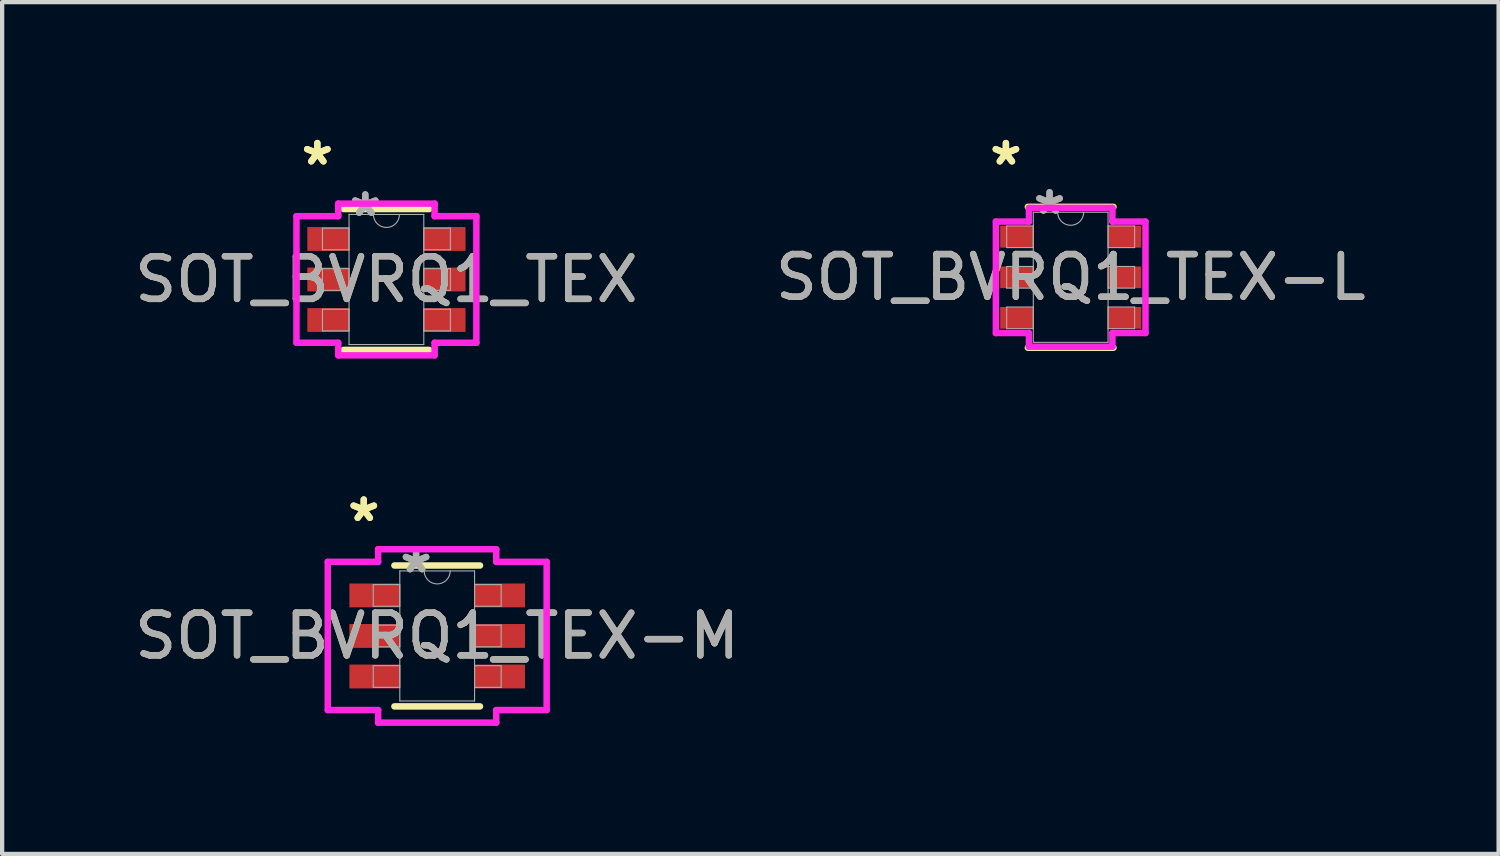
<source format=kicad_pcb>
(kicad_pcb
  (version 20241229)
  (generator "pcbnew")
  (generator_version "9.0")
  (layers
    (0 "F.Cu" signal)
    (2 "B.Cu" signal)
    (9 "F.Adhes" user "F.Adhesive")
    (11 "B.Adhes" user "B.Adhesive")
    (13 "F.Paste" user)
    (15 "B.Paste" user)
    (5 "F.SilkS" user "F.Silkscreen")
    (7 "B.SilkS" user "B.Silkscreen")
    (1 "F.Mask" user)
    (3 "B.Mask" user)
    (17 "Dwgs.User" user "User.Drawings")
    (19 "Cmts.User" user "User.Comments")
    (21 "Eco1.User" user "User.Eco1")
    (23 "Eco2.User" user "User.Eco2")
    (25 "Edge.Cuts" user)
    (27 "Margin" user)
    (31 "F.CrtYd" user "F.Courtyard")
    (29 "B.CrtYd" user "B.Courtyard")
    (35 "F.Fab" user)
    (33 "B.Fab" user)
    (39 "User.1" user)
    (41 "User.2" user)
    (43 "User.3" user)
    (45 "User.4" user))
  (footprint "SOT_BVRQ1_TEX-M"
    (layer "F.Cu")
    (at 7.196 11.854)
    (property "Reference" "SOT_BVRQ1_TEX-M" (at 0 0 0) (unlocked yes) (layer "F.SilkS") (effects (font (size 1 1) (thickness 0.15))))
    (attr smd)
    (fp_line (start -1.003 1.651) (end 1.003 1.651) (stroke (width 0.152) (type solid)) (layer "F.SilkS"))
    (fp_line (start 1.003 -1.651) (end -1.003 -1.651) (stroke (width 0.152) (type solid)) (layer "F.SilkS"))
    (fp_line (start -2.565 -1.737) (end -1.384 -1.737) (stroke (width 0.152) (type solid)) (layer "F.CrtYd"))
    (fp_line (start -2.565 1.737) (end -2.565 -1.737) (stroke (width 0.152) (type solid)) (layer "F.CrtYd"))
    (fp_line (start -2.565 1.737) (end -1.384 1.737) (stroke (width 0.152) (type solid)) (layer "F.CrtYd"))
    (fp_line (start -1.384 -2.032) (end 1.384 -2.032) (stroke (width 0.152) (type solid)) (layer "F.CrtYd"))
    (fp_line (start -1.384 -1.737) (end -1.384 -2.032) (stroke (width 0.152) (type solid)) (layer "F.CrtYd"))
    (fp_line (start -1.384 2.032) (end -1.384 1.737) (stroke (width 0.152) (type solid)) (layer "F.CrtYd"))
    (fp_line (start 1.384 -2.032) (end 1.384 -1.737) (stroke (width 0.152) (type solid)) (layer "F.CrtYd"))
    (fp_line (start 1.384 1.737) (end 1.384 2.032) (stroke (width 0.152) (type solid)) (layer "F.CrtYd"))
    (fp_line (start 1.384 2.032) (end -1.384 2.032) (stroke (width 0.152) (type solid)) (layer "F.CrtYd"))
    (fp_line (start 2.565 -1.737) (end 1.384 -1.737) (stroke (width 0.152) (type solid)) (layer "F.CrtYd"))
    (fp_line (start 2.565 -1.737) (end 2.565 1.737) (stroke (width 0.152) (type solid)) (layer "F.CrtYd"))
    (fp_line (start 2.565 1.737) (end 1.384 1.737) (stroke (width 0.152) (type solid)) (layer "F.CrtYd"))
    (fp_line (start -1.499 -1.204) (end -1.499 -0.696) (stroke (width 0.025) (type solid)) (layer "F.Fab"))
    (fp_line (start -1.499 -0.696) (end -0.876 -0.696) (stroke (width 0.025) (type solid)) (layer "F.Fab"))
    (fp_line (start -1.499 -0.254) (end -1.499 0.254) (stroke (width 0.025) (type solid)) (layer "F.Fab"))
    (fp_line (start -1.499 0.254) (end -0.876 0.254) (stroke (width 0.025) (type solid)) (layer "F.Fab"))
    (fp_line (start -1.499 0.696) (end -1.499 1.204) (stroke (width 0.025) (type solid)) (layer "F.Fab"))
    (fp_line (start -1.499 1.204) (end -0.876 1.204) (stroke (width 0.025) (type solid)) (layer "F.Fab"))
    (fp_line (start -0.876 -1.524) (end -0.876 1.524) (stroke (width 0.025) (type solid)) (layer "F.Fab"))
    (fp_line (start -0.876 -1.204) (end -1.499 -1.204) (stroke (width 0.025) (type solid)) (layer "F.Fab"))
    (fp_line (start -0.876 -0.696) (end -0.876 -1.204) (stroke (width 0.025) (type solid)) (layer "F.Fab"))
    (fp_line (start -0.876 -0.254) (end -1.499 -0.254) (stroke (width 0.025) (type solid)) (layer "F.Fab"))
    (fp_line (start -0.876 0.254) (end -0.876 -0.254) (stroke (width 0.025) (type solid)) (layer "F.Fab"))
    (fp_line (start -0.876 0.696) (end -1.499 0.696) (stroke (width 0.025) (type solid)) (layer "F.Fab"))
    (fp_line (start -0.876 1.204) (end -0.876 0.696) (stroke (width 0.025) (type solid)) (layer "F.Fab"))
    (fp_line (start -0.876 1.524) (end 0.876 1.524) (stroke (width 0.025) (type solid)) (layer "F.Fab"))
    (fp_line (start 0.876 -1.524) (end -0.876 -1.524) (stroke (width 0.025) (type solid)) (layer "F.Fab"))
    (fp_line (start 0.876 -1.204) (end 0.876 -0.696) (stroke (width 0.025) (type solid)) (layer "F.Fab"))
    (fp_line (start 0.876 -0.696) (end 1.499 -0.696) (stroke (width 0.025) (type solid)) (layer "F.Fab"))
    (fp_line (start 0.876 -0.254) (end 0.876 0.254) (stroke (width 0.025) (type solid)) (layer "F.Fab"))
    (fp_line (start 0.876 0.254) (end 1.499 0.254) (stroke (width 0.025) (type solid)) (layer "F.Fab"))
    (fp_line (start 0.876 0.696) (end 0.876 1.204) (stroke (width 0.025) (type solid)) (layer "F.Fab"))
    (fp_line (start 0.876 1.204) (end 1.499 1.204) (stroke (width 0.025) (type solid)) (layer "F.Fab"))
    (fp_line (start 0.876 1.524) (end 0.876 -1.524) (stroke (width 0.025) (type solid)) (layer "F.Fab"))
    (fp_line (start 1.499 -1.204) (end 0.876 -1.204) (stroke (width 0.025) (type solid)) (layer "F.Fab"))
    (fp_line (start 1.499 -0.696) (end 1.499 -1.204) (stroke (width 0.025) (type solid)) (layer "F.Fab"))
    (fp_line (start 1.499 -0.254) (end 0.876 -0.254) (stroke (width 0.025) (type solid)) (layer "F.Fab"))
    (fp_line (start 1.499 0.254) (end 1.499 -0.254) (stroke (width 0.025) (type solid)) (layer "F.Fab"))
    (fp_line (start 1.499 0.696) (end 0.876 0.696) (stroke (width 0.025) (type solid)) (layer "F.Fab"))
    (fp_line (start 1.499 1.204) (end 1.499 0.696) (stroke (width 0.025) (type solid)) (layer "F.Fab"))
    (fp_arc (start 0.3048 -1.524) (mid 0 -1.2192) (end -0.3048 -1.524) (stroke (width 0.0254) (type solid)) (layer "F.Fab"))
    (fp_text user "*" (at -1.721 -2.652 0) (unlocked yes) (layer "F.SilkS") (effects (font (size 1 1) (thickness 0.15))))
    (fp_text user "*" (at -1.721 -2.652 0) (layer "F.SilkS") (effects (font (size 1 1) (thickness 0.15))))
    (fp_text user "${REFERENCE}" (at 0 0 0) (unlocked yes) (layer "F.Fab") (effects (font (size 1 1) (thickness 0.15))))
    (fp_text user "*" (at -0.495 -1.448 0) (layer "F.Fab") (effects (font (size 1 1) (thickness 0.15))))
    (fp_text user "*" (at -0.495 -1.448 0) (unlocked yes) (layer "F.Fab") (effects (font (size 1 1) (thickness 0.15))))
    (pad "1" smd rect (at -1.467 -0.95) (size 1.181 0.559) (layers "F.Cu" "F.Mask" "F.Paste"))
    (pad "2" smd rect (at -1.467 0) (size 1.181 0.559) (layers "F.Cu" "F.Mask" "F.Paste"))
    (pad "3" smd rect (at -1.467 0.95) (size 1.181 0.559) (layers "F.Cu" "F.Mask" "F.Paste"))
    (pad "4" smd rect (at 1.467 0.95) (size 1.181 0.559) (layers "F.Cu" "F.Mask" "F.Paste"))
    (pad "5" smd rect (at 1.467 0) (size 1.181 0.559) (layers "F.Cu" "F.Mask" "F.Paste"))
    (pad "6" smd rect (at 1.467 -0.95) (size 1.181 0.559) (layers "F.Cu" "F.Mask" "F.Paste")))
  (footprint "SOT_BVRQ1_TEX-L"
    (layer "F.Cu")
    (at 22.042 3.449)
    (property "Reference" "SOT_BVRQ1_TEX-L" (at 0 0 0) (unlocked yes) (layer "F.SilkS") (effects (font (size 1 1) (thickness 0.15))))
    (attr smd)
    (fp_line (start -1.003 1.651) (end 1.003 1.651) (stroke (width 0.152) (type solid)) (layer "F.SilkS"))
    (fp_line (start 1.003 -1.651) (end -1.003 -1.651) (stroke (width 0.152) (type solid)) (layer "F.SilkS"))
    (fp_line (start -1.753 -1.306) (end -0.978 -1.306) (stroke (width 0.152) (type solid)) (layer "F.CrtYd"))
    (fp_line (start -1.753 1.306) (end -1.753 -1.306) (stroke (width 0.152) (type solid)) (layer "F.CrtYd"))
    (fp_line (start -1.753 1.306) (end -0.978 1.306) (stroke (width 0.152) (type solid)) (layer "F.CrtYd"))
    (fp_line (start -0.978 -1.626) (end 0.978 -1.626) (stroke (width 0.152) (type solid)) (layer "F.CrtYd"))
    (fp_line (start -0.978 -1.306) (end -0.978 -1.626) (stroke (width 0.152) (type solid)) (layer "F.CrtYd"))
    (fp_line (start -0.978 1.626) (end -0.978 1.306) (stroke (width 0.152) (type solid)) (layer "F.CrtYd"))
    (fp_line (start 0.978 -1.626) (end 0.978 -1.306) (stroke (width 0.152) (type solid)) (layer "F.CrtYd"))
    (fp_line (start 0.978 1.306) (end 0.978 1.626) (stroke (width 0.152) (type solid)) (layer "F.CrtYd"))
    (fp_line (start 0.978 1.626) (end -0.978 1.626) (stroke (width 0.152) (type solid)) (layer "F.CrtYd"))
    (fp_line (start 1.753 -1.306) (end 0.978 -1.306) (stroke (width 0.152) (type solid)) (layer "F.CrtYd"))
    (fp_line (start 1.753 -1.306) (end 1.753 1.306) (stroke (width 0.152) (type solid)) (layer "F.CrtYd"))
    (fp_line (start 1.753 1.306) (end 0.978 1.306) (stroke (width 0.152) (type solid)) (layer "F.CrtYd"))
    (fp_line (start -1.499 -1.204) (end -1.499 -0.696) (stroke (width 0.025) (type solid)) (layer "F.Fab"))
    (fp_line (start -1.499 -0.696) (end -0.876 -0.696) (stroke (width 0.025) (type solid)) (layer "F.Fab"))
    (fp_line (start -1.499 -0.254) (end -1.499 0.254) (stroke (width 0.025) (type solid)) (layer "F.Fab"))
    (fp_line (start -1.499 0.254) (end -0.876 0.254) (stroke (width 0.025) (type solid)) (layer "F.Fab"))
    (fp_line (start -1.499 0.696) (end -1.499 1.204) (stroke (width 0.025) (type solid)) (layer "F.Fab"))
    (fp_line (start -1.499 1.204) (end -0.876 1.204) (stroke (width 0.025) (type solid)) (layer "F.Fab"))
    (fp_line (start -0.876 -1.524) (end -0.876 1.524) (stroke (width 0.025) (type solid)) (layer "F.Fab"))
    (fp_line (start -0.876 -1.204) (end -1.499 -1.204) (stroke (width 0.025) (type solid)) (layer "F.Fab"))
    (fp_line (start -0.876 -0.696) (end -0.876 -1.204) (stroke (width 0.025) (type solid)) (layer "F.Fab"))
    (fp_line (start -0.876 -0.254) (end -1.499 -0.254) (stroke (width 0.025) (type solid)) (layer "F.Fab"))
    (fp_line (start -0.876 0.254) (end -0.876 -0.254) (stroke (width 0.025) (type solid)) (layer "F.Fab"))
    (fp_line (start -0.876 0.696) (end -1.499 0.696) (stroke (width 0.025) (type solid)) (layer "F.Fab"))
    (fp_line (start -0.876 1.204) (end -0.876 0.696) (stroke (width 0.025) (type solid)) (layer "F.Fab"))
    (fp_line (start -0.876 1.524) (end 0.876 1.524) (stroke (width 0.025) (type solid)) (layer "F.Fab"))
    (fp_line (start 0.876 -1.524) (end -0.876 -1.524) (stroke (width 0.025) (type solid)) (layer "F.Fab"))
    (fp_line (start 0.876 -1.204) (end 0.876 -0.696) (stroke (width 0.025) (type solid)) (layer "F.Fab"))
    (fp_line (start 0.876 -0.696) (end 1.499 -0.696) (stroke (width 0.025) (type solid)) (layer "F.Fab"))
    (fp_line (start 0.876 -0.254) (end 0.876 0.254) (stroke (width 0.025) (type solid)) (layer "F.Fab"))
    (fp_line (start 0.876 0.254) (end 1.499 0.254) (stroke (width 0.025) (type solid)) (layer "F.Fab"))
    (fp_line (start 0.876 0.696) (end 0.876 1.204) (stroke (width 0.025) (type solid)) (layer "F.Fab"))
    (fp_line (start 0.876 1.204) (end 1.499 1.204) (stroke (width 0.025) (type solid)) (layer "F.Fab"))
    (fp_line (start 0.876 1.524) (end 0.876 -1.524) (stroke (width 0.025) (type solid)) (layer "F.Fab"))
    (fp_line (start 1.499 -1.204) (end 0.876 -1.204) (stroke (width 0.025) (type solid)) (layer "F.Fab"))
    (fp_line (start 1.499 -0.696) (end 1.499 -1.204) (stroke (width 0.025) (type solid)) (layer "F.Fab"))
    (fp_line (start 1.499 -0.254) (end 0.876 -0.254) (stroke (width 0.025) (type solid)) (layer "F.Fab"))
    (fp_line (start 1.499 0.254) (end 1.499 -0.254) (stroke (width 0.025) (type solid)) (layer "F.Fab"))
    (fp_line (start 1.499 0.696) (end 0.876 0.696) (stroke (width 0.025) (type solid)) (layer "F.Fab"))
    (fp_line (start 1.499 1.204) (end 1.499 0.696) (stroke (width 0.025) (type solid)) (layer "F.Fab"))
    (fp_arc (start 0.3048 -1.524) (mid 0 -1.2192) (end -0.3048 -1.524) (stroke (width 0.0254) (type solid)) (layer "F.Fab"))
    (fp_text user "*" (at -1.518 -2.601 0) (unlocked yes) (layer "F.SilkS") (effects (font (size 1 1) (thickness 0.15))))
    (fp_text user "*" (at -1.518 -2.601 0) (layer "F.SilkS") (effects (font (size 1 1) (thickness 0.15))))
    (fp_text user "*" (at -0.495 -1.448 0) (layer "F.Fab") (effects (font (size 1 1) (thickness 0.15))))
    (fp_text user "*" (at -0.495 -1.448 0) (unlocked yes) (layer "F.Fab") (effects (font (size 1 1) (thickness 0.15))))
    (fp_text user "${REFERENCE}" (at 0 0 0) (unlocked yes) (layer "F.Fab") (effects (font (size 1 1) (thickness 0.15))))
    (pad "1" smd rect (at -1.264 -0.95) (size 0.775 0.508) (layers "F.Cu" "F.Mask" "F.Paste"))
    (pad "2" smd rect (at -1.264 0) (size 0.775 0.508) (layers "F.Cu" "F.Mask" "F.Paste"))
    (pad "3" smd rect (at -1.264 0.95) (size 0.775 0.508) (layers "F.Cu" "F.Mask" "F.Paste"))
    (pad "4" smd rect (at 1.264 0.95) (size 0.775 0.508) (layers "F.Cu" "F.Mask" "F.Paste"))
    (pad "5" smd rect (at 1.264 0) (size 0.775 0.508) (layers "F.Cu" "F.Mask" "F.Paste"))
    (pad "6" smd rect (at 1.264 -0.95) (size 0.775 0.508) (layers "F.Cu" "F.Mask" "F.Paste")))
  (footprint "SOT_BVRQ1_TEX"
    (layer "F.Cu")
    (at 6.006 3.5)
    (property "Reference" "SOT_BVRQ1_TEX" (at 0 0 0) (unlocked yes) (layer "F.SilkS") (effects (font (size 1 1) (thickness 0.15))))
    (attr smd)
    (fp_line (start -1.003 1.651) (end 1.003 1.651) (stroke (width 0.152) (type solid)) (layer "F.SilkS"))
    (fp_line (start 1.003 -1.651) (end -1.003 -1.651) (stroke (width 0.152) (type solid)) (layer "F.SilkS"))
    (fp_line (start -2.108 -1.483) (end -1.13 -1.483) (stroke (width 0.152) (type solid)) (layer "F.CrtYd"))
    (fp_line (start -2.108 1.483) (end -2.108 -1.483) (stroke (width 0.152) (type solid)) (layer "F.CrtYd"))
    (fp_line (start -2.108 1.483) (end -1.13 1.483) (stroke (width 0.152) (type solid)) (layer "F.CrtYd"))
    (fp_line (start -1.13 -1.778) (end 1.13 -1.778) (stroke (width 0.152) (type solid)) (layer "F.CrtYd"))
    (fp_line (start -1.13 -1.483) (end -1.13 -1.778) (stroke (width 0.152) (type solid)) (layer "F.CrtYd"))
    (fp_line (start -1.13 1.778) (end -1.13 1.483) (stroke (width 0.152) (type solid)) (layer "F.CrtYd"))
    (fp_line (start 1.13 -1.778) (end 1.13 -1.483) (stroke (width 0.152) (type solid)) (layer "F.CrtYd"))
    (fp_line (start 1.13 1.483) (end 1.13 1.778) (stroke (width 0.152) (type solid)) (layer "F.CrtYd"))
    (fp_line (start 1.13 1.778) (end -1.13 1.778) (stroke (width 0.152) (type solid)) (layer "F.CrtYd"))
    (fp_line (start 2.108 -1.483) (end 1.13 -1.483) (stroke (width 0.152) (type solid)) (layer "F.CrtYd"))
    (fp_line (start 2.108 -1.483) (end 2.108 1.483) (stroke (width 0.152) (type solid)) (layer "F.CrtYd"))
    (fp_line (start 2.108 1.483) (end 1.13 1.483) (stroke (width 0.152) (type solid)) (layer "F.CrtYd"))
    (fp_line (start -1.499 -1.204) (end -1.499 -0.696) (stroke (width 0.025) (type solid)) (layer "F.Fab"))
    (fp_line (start -1.499 -0.696) (end -0.876 -0.696) (stroke (width 0.025) (type solid)) (layer "F.Fab"))
    (fp_line (start -1.499 -0.254) (end -1.499 0.254) (stroke (width 0.025) (type solid)) (layer "F.Fab"))
    (fp_line (start -1.499 0.254) (end -0.876 0.254) (stroke (width 0.025) (type solid)) (layer "F.Fab"))
    (fp_line (start -1.499 0.696) (end -1.499 1.204) (stroke (width 0.025) (type solid)) (layer "F.Fab"))
    (fp_line (start -1.499 1.204) (end -0.876 1.204) (stroke (width 0.025) (type solid)) (layer "F.Fab"))
    (fp_line (start -0.876 -1.524) (end -0.876 1.524) (stroke (width 0.025) (type solid)) (layer "F.Fab"))
    (fp_line (start -0.876 -1.204) (end -1.499 -1.204) (stroke (width 0.025) (type solid)) (layer "F.Fab"))
    (fp_line (start -0.876 -0.696) (end -0.876 -1.204) (stroke (width 0.025) (type solid)) (layer "F.Fab"))
    (fp_line (start -0.876 -0.254) (end -1.499 -0.254) (stroke (width 0.025) (type solid)) (layer "F.Fab"))
    (fp_line (start -0.876 0.254) (end -0.876 -0.254) (stroke (width 0.025) (type solid)) (layer "F.Fab"))
    (fp_line (start -0.876 0.696) (end -1.499 0.696) (stroke (width 0.025) (type solid)) (layer "F.Fab"))
    (fp_line (start -0.876 1.204) (end -0.876 0.696) (stroke (width 0.025) (type solid)) (layer "F.Fab"))
    (fp_line (start -0.876 1.524) (end 0.876 1.524) (stroke (width 0.025) (type solid)) (layer "F.Fab"))
    (fp_line (start 0.876 -1.524) (end -0.876 -1.524) (stroke (width 0.025) (type solid)) (layer "F.Fab"))
    (fp_line (start 0.876 -1.204) (end 0.876 -0.696) (stroke (width 0.025) (type solid)) (layer "F.Fab"))
    (fp_line (start 0.876 -0.696) (end 1.499 -0.696) (stroke (width 0.025) (type solid)) (layer "F.Fab"))
    (fp_line (start 0.876 -0.254) (end 0.876 0.254) (stroke (width 0.025) (type solid)) (layer "F.Fab"))
    (fp_line (start 0.876 0.254) (end 1.499 0.254) (stroke (width 0.025) (type solid)) (layer "F.Fab"))
    (fp_line (start 0.876 0.696) (end 0.876 1.204) (stroke (width 0.025) (type solid)) (layer "F.Fab"))
    (fp_line (start 0.876 1.204) (end 1.499 1.204) (stroke (width 0.025) (type solid)) (layer "F.Fab"))
    (fp_line (start 0.876 1.524) (end 0.876 -1.524) (stroke (width 0.025) (type solid)) (layer "F.Fab"))
    (fp_line (start 1.499 -1.204) (end 0.876 -1.204) (stroke (width 0.025) (type solid)) (layer "F.Fab"))
    (fp_line (start 1.499 -0.696) (end 1.499 -1.204) (stroke (width 0.025) (type solid)) (layer "F.Fab"))
    (fp_line (start 1.499 -0.254) (end 0.876 -0.254) (stroke (width 0.025) (type solid)) (layer "F.Fab"))
    (fp_line (start 1.499 0.254) (end 1.499 -0.254) (stroke (width 0.025) (type solid)) (layer "F.Fab"))
    (fp_line (start 1.499 0.696) (end 0.876 0.696) (stroke (width 0.025) (type solid)) (layer "F.Fab"))
    (fp_line (start 1.499 1.204) (end 1.499 0.696) (stroke (width 0.025) (type solid)) (layer "F.Fab"))
    (fp_arc (start 0.3048 -1.524) (mid 0 -1.2192) (end -0.3048 -1.524) (stroke (width 0.0254) (type solid)) (layer "F.Fab"))
    (fp_text user "*" (at -1.619 -2.652 0) (layer "F.SilkS") (effects (font (size 1 1) (thickness 0.15))))
    (fp_text user "*" (at -1.619 -2.652 0) (unlocked yes) (layer "F.SilkS") (effects (font (size 1 1) (thickness 0.15))))
    (fp_text user "${REFERENCE}" (at 0 0 0) (unlocked yes) (layer "F.Fab") (effects (font (size 1 1) (thickness 0.15))))
    (fp_text user "*" (at -0.495 -1.448 0) (layer "F.Fab") (effects (font (size 1 1) (thickness 0.15))))
    (fp_text user "*" (at -0.495 -1.448 0) (unlocked yes) (layer "F.Fab") (effects (font (size 1 1) (thickness 0.15))))
    (pad "1" smd rect (at -1.365 -0.95) (size 0.978 0.559) (layers "F.Cu" "F.Mask" "F.Paste"))
    (pad "2" smd rect (at -1.365 0) (size 0.978 0.559) (layers "F.Cu" "F.Mask" "F.Paste"))
    (pad "3" smd rect (at -1.365 0.95) (size 0.978 0.559) (layers "F.Cu" "F.Mask" "F.Paste"))
    (pad "4" smd rect (at 1.365 0.95) (size 0.978 0.559) (layers "F.Cu" "F.Mask" "F.Paste"))
    (pad "5" smd rect (at 1.365 0) (size 0.978 0.559) (layers "F.Cu" "F.Mask" "F.Paste"))
    (pad "6" smd rect (at 1.365 -0.95) (size 0.978 0.559) (layers "F.Cu" "F.Mask" "F.Paste")))
  (gr_rect
    (start -3 -3)
    (end 32.071 16.962)
    (stroke (width 0.1) (type default))
    (fill no)
    (layer "Edge.Cuts")))
</source>
